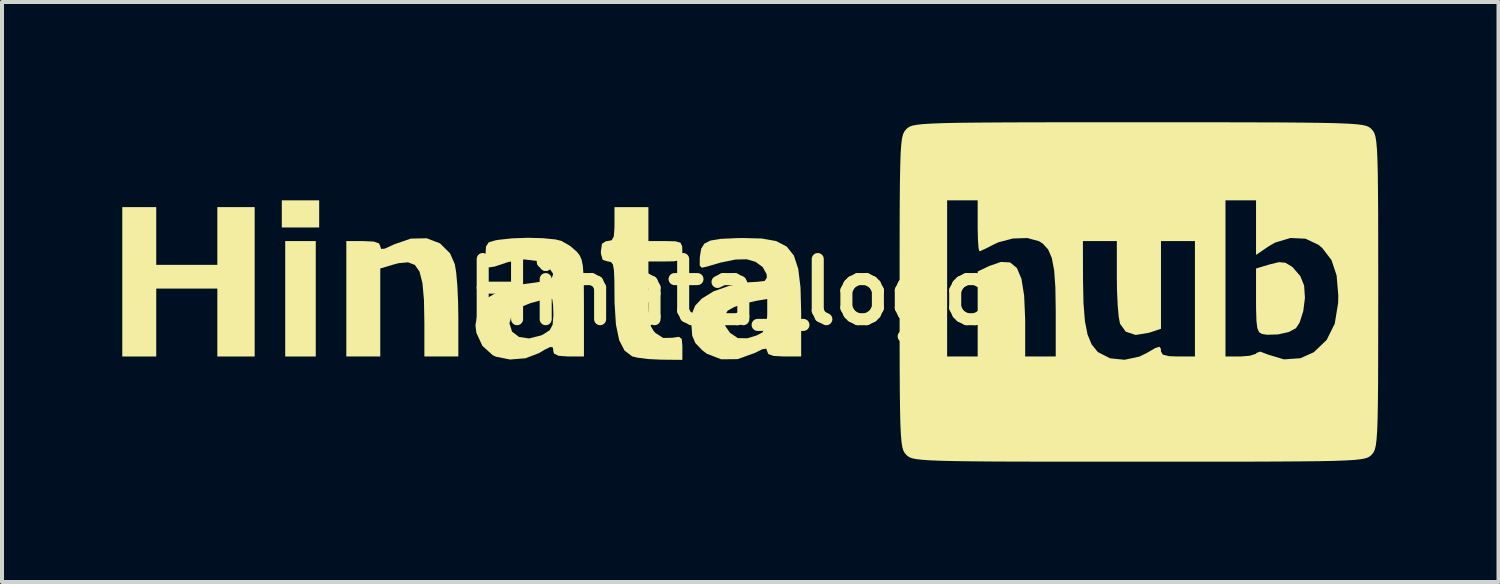
<source format=kicad_pcb>
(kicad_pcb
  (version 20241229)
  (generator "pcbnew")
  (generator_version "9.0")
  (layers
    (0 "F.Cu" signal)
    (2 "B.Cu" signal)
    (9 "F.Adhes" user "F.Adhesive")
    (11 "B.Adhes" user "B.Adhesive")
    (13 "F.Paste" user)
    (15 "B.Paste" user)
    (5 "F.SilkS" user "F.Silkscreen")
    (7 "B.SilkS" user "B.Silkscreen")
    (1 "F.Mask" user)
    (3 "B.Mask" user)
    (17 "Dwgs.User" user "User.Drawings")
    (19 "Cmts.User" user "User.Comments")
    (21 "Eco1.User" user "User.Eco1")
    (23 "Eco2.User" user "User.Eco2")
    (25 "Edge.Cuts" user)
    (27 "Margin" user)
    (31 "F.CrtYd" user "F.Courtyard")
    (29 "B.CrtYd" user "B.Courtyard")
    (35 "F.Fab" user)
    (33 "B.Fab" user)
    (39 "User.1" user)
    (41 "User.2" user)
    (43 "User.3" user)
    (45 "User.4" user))
  (footprint "Hinata_logo"
    (layer "F.Cu")
    (at 15.24 4.233)
    (property "Reference" "Hinata_logo" (at 0 0 0) (layer "F.SilkS") (effects (font (size 1.5 1.5) (thickness 0.3))))
    (attr board_only exclude_from_pos_files exclude_from_bom)
    (fp_poly (pts (xy -10.414 0.169) (xy -10.414 1.609) (xy -10.795 1.609) (xy -11.176 1.609) (xy -11.176 0.169) (xy -11.176 -1.27) (xy -10.795 -1.27) (xy -10.414 -1.27)) (stroke (width 0) (type solid)) (fill yes) (layer "F.SilkS"))
    (fp_poly (pts (xy -10.329 -1.947) (xy -10.329 -1.609) (xy -10.795 -1.609) (xy -11.261 -1.609) (xy -11.261 -1.947) (xy -11.261 -2.286) (xy -10.795 -2.286) (xy -10.329 -2.286)) (stroke (width 0) (type solid)) (fill yes) (layer "F.SilkS"))
    (fp_poly (pts (xy 13.775 -0.728) (xy 13.94 -0.628) (xy 13.95 -0.62) (xy 14.142 -0.398) (xy 14.238 -0.162) (xy 14.259 0.146) (xy 14.217 0.477) (xy 14.126 0.763) (xy 14.034 0.904) (xy 13.855 0.999) (xy 13.588 1.058) (xy 13.313 1.067) (xy 13.187 1.046) (xy 13.117 1.004) (xy 13.072 0.906) (xy 13.049 0.72) (xy 13.04 0.412) (xy 13.039 0.209) (xy 13.039 -0.586) (xy 13.38 -0.688) (xy 13.615 -0.745)) (stroke (width 0) (type solid)) (fill yes) (layer "F.SilkS"))
    (fp_poly (pts (xy -14.393 -1.397) (xy -14.393 -0.677) (xy -13.631 -0.677) (xy -12.869 -0.677) (xy -12.869 -1.397) (xy -12.869 -2.117) (xy -12.404 -2.117) (xy -11.938 -2.117) (xy -11.938 -0.254) (xy -11.938 1.609) (xy -12.404 1.609) (xy -12.869 1.609) (xy -12.869 0.762) (xy -12.869 -0.085) (xy -13.631 -0.085) (xy -14.393 -0.085) (xy -14.393 0.762) (xy -14.393 1.609) (xy -14.817 1.609) (xy -15.24 1.609) (xy -15.24 -0.254) (xy -15.24 -2.117) (xy -14.817 -2.117) (xy -14.393 -2.117)) (stroke (width 0) (type solid)) (fill yes) (layer "F.SilkS"))
    (fp_poly (pts (xy -7.316 -1.214) (xy -7.065 -0.964) (xy -6.946 -0.695) (xy -6.911 -0.483) (xy -6.882 -0.151) (xy -6.864 0.253) (xy -6.858 0.614) (xy -6.858 1.609) (xy -7.281 1.609) (xy -7.705 1.609) (xy -7.705 0.773) (xy -7.715 0.199) (xy -7.753 -0.222) (xy -7.826 -0.509) (xy -7.943 -0.676) (xy -8.113 -0.74) (xy -8.346 -0.719) (xy -8.479 -0.684) (xy -8.805 -0.586) (xy -8.805 0.511) (xy -8.805 1.609) (xy -9.229 1.609) (xy -9.652 1.609) (xy -9.652 0.169) (xy -9.652 -1.27) (xy -9.229 -1.27) (xy -8.963 -1.257) (xy -8.834 -1.21) (xy -8.805 -1.141) (xy -8.782 -1.073) (xy -8.689 -1.082) (xy -8.488 -1.174) (xy -8.47 -1.184) (xy -8.043 -1.332) (xy -7.65 -1.34)) (stroke (width 0) (type solid)) (fill yes) (layer "F.SilkS"))
    (fp_poly (pts (xy -2.117 -1.693) (xy -2.117 -1.27) (xy -1.693 -1.27) (xy -1.443 -1.264) (xy -1.318 -1.23) (xy -1.275 -1.141) (xy -1.27 -1.016) (xy -1.279 -0.866) (xy -1.336 -0.791) (xy -1.484 -0.765) (xy -1.693 -0.762) (xy -2.117 -0.762) (xy -2.117 0.042) (xy -2.112 0.43) (xy -2.094 0.688) (xy -2.055 0.855) (xy -1.988 0.97) (xy -1.942 1.022) (xy -1.748 1.147) (xy -1.518 1.142) (xy -1.354 1.118) (xy -1.285 1.173) (xy -1.27 1.348) (xy -1.27 1.39) (xy -1.27 1.693) (xy -1.799 1.688) (xy -2.114 1.673) (xy -2.386 1.639) (xy -2.523 1.605) (xy -2.711 1.463) (xy -2.845 1.204) (xy -2.927 0.813) (xy -2.961 0.277) (xy -2.963 0.087) (xy -2.966 -0.299) (xy -2.977 -0.546) (xy -3.002 -0.685) (xy -3.049 -0.747) (xy -3.123 -0.762) (xy -3.133 -0.762) (xy -3.257 -0.802) (xy -3.3 -0.95) (xy -3.302 -1.016) (xy -3.275 -1.202) (xy -3.176 -1.267) (xy -3.133 -1.27) (xy -3.031 -1.292) (xy -2.98 -1.387) (xy -2.964 -1.595) (xy -2.963 -1.693) (xy -2.963 -2.117) (xy -2.54 -2.117) (xy -2.117 -2.117)) (stroke (width 0) (type solid)) (fill yes) (layer "F.SilkS"))
    (fp_poly (pts (xy 0.709 -1.334) (xy 1.069 -1.27) (xy 1.332 -1.134) (xy 1.511 -0.909) (xy 1.621 -0.574) (xy 1.677 -0.111) (xy 1.693 0.499) (xy 1.693 0.548) (xy 1.693 1.609) (xy 1.27 1.609) (xy 1.004 1.595) (xy 0.874 1.548) (xy 0.847 1.482) (xy 0.822 1.414) (xy 0.726 1.428) (xy 0.53 1.524) (xy 0.107 1.675) (xy -0.301 1.679) (xy -0.662 1.539) (xy -0.775 1.453) (xy -0.946 1.274) (xy -1.024 1.091) (xy -1.044 0.824) (xy -1.044 0.804) (xy -1.038 0.706) (xy -0.218 0.706) (xy -0.198 0.852) (xy -0.082 1.018) (xy 0.114 1.151) (xy 0.349 1.154) (xy 0.361 1.151) (xy 0.583 1.084) (xy 0.733 1.005) (xy 0.804 0.865) (xy 0.844 0.628) (xy 0.847 0.542) (xy 0.847 0.174) (xy 0.572 0.221) (xy 0.272 0.289) (xy 0.02 0.376) (xy -0.138 0.464) (xy -0.169 0.511) (xy -0.197 0.644) (xy -0.218 0.706) (xy -1.038 0.706) (xy -1.026 0.529) (xy -0.952 0.343) (xy -0.789 0.168) (xy -0.785 0.165) (xy -0.495 -0.015) (xy -0.099 -0.155) (xy 0.342 -0.239) (xy 0.603 -0.254) (xy 0.781 -0.274) (xy 0.837 -0.357) (xy 0.831 -0.444) (xy 0.733 -0.623) (xy 0.554 -0.753) (xy 0.334 -0.816) (xy 0.052 -0.809) (xy -0.325 -0.731) (xy -0.662 -0.632) (xy -0.788 -0.605) (xy -0.837 -0.661) (xy -0.836 -0.836) (xy -0.831 -0.895) (xy -0.8 -1.08) (xy -0.722 -1.206) (xy -0.57 -1.283) (xy -0.315 -1.325) (xy 0.071 -1.343) (xy 0.236 -1.346)) (stroke (width 0) (type solid)) (fill yes) (layer "F.SilkS"))
    (fp_poly (pts (xy -4.748 -1.342) (xy -4.438 -1.311) (xy -4.289 -1.275) (xy -4.074 -1.152) (xy -3.903 -1.005) (xy -3.833 -0.917) (xy -3.784 -0.809) (xy -3.752 -0.651) (xy -3.735 -0.413) (xy -3.727 -0.064) (xy -3.725 0.397) (xy -3.725 1.609) (xy -4.106 1.609) (xy -4.357 1.592) (xy -4.472 1.536) (xy -4.487 1.482) (xy -4.499 1.385) (xy -4.559 1.369) (xy -4.703 1.439) (xy -4.845 1.524) (xy -5.183 1.653) (xy -5.567 1.684) (xy -5.918 1.615) (xy -6.002 1.575) (xy -6.257 1.344) (xy -6.407 1.021) (xy -6.432 0.829) (xy -6.423 0.783) (xy -5.583 0.783) (xy -5.518 0.989) (xy -5.345 1.121) (xy -5.094 1.159) (xy -4.795 1.084) (xy -4.737 1.056) (xy -4.579 0.953) (xy -4.506 0.817) (xy -4.487 0.586) (xy -4.487 0.548) (xy -4.495 0.322) (xy -4.514 0.186) (xy -4.526 0.169) (xy -4.775 0.2) (xy -5.058 0.278) (xy -5.314 0.381) (xy -5.483 0.488) (xy -5.511 0.523) (xy -5.583 0.783) (xy -6.423 0.783) (xy -6.365 0.454) (xy -6.152 0.16) (xy -5.791 -0.054) (xy -5.283 -0.189) (xy -5.048 -0.22) (xy -4.708 -0.271) (xy -4.527 -0.344) (xy -4.492 -0.451) (xy -4.593 -0.6) (xy -4.617 -0.626) (xy -4.873 -0.771) (xy -5.22 -0.813) (xy -5.612 -0.747) (xy -5.675 -0.727) (xy -5.95 -0.635) (xy -6.101 -0.612) (xy -6.166 -0.673) (xy -6.18 -0.83) (xy -6.181 -0.92) (xy -6.168 -1.135) (xy -6.1 -1.239) (xy -5.925 -1.29) (xy -5.863 -1.3) (xy -5.518 -1.338) (xy -5.128 -1.352)) (stroke (width 0) (type solid)) (fill yes) (layer "F.SilkS"))
    (fp_poly (pts (xy 11.232 -4.233) (xy 12.188 -4.233) (xy 13.001 -4.231) (xy 13.681 -4.229) (xy 14.241 -4.224) (xy 14.693 -4.218) (xy 15.051 -4.21) (xy 15.325 -4.199) (xy 15.529 -4.185) (xy 15.675 -4.168) (xy 15.775 -4.147) (xy 15.841 -4.122) (xy 15.887 -4.092) (xy 15.917 -4.064) (xy 15.957 -4.019) (xy 15.99 -3.962) (xy 16.017 -3.876) (xy 16.038 -3.748) (xy 16.055 -3.561) (xy 16.067 -3.301) (xy 16.076 -2.953) (xy 16.081 -2.502) (xy 16.085 -1.933) (xy 16.086 -1.23) (xy 16.087 -0.379) (xy 16.087 0) (xy 16.086 0.914) (xy 16.085 1.673) (xy 16.083 2.293) (xy 16.078 2.789) (xy 16.071 3.175) (xy 16.06 3.468) (xy 16.045 3.682) (xy 16.026 3.831) (xy 16.001 3.932) (xy 15.971 3.999) (xy 15.934 4.047) (xy 15.917 4.064) (xy 15.88 4.097) (xy 15.832 4.126) (xy 15.761 4.151) (xy 15.654 4.171) (xy 15.5 4.188) (xy 15.285 4.201) (xy 14.997 4.212) (xy 14.625 4.22) (xy 14.156 4.225) (xy 13.577 4.229) (xy 12.875 4.232) (xy 12.04 4.233) (xy 11.058 4.233) (xy 10.118 4.233) (xy 9.004 4.233) (xy 8.047 4.233) (xy 7.235 4.231) (xy 6.555 4.229) (xy 5.995 4.224) (xy 5.542 4.218) (xy 5.185 4.21) (xy 4.91 4.199) (xy 4.706 4.185) (xy 4.561 4.168) (xy 4.461 4.147) (xy 4.394 4.122) (xy 4.349 4.092) (xy 4.318 4.064) (xy 4.278 4.019) (xy 4.245 3.962) (xy 4.218 3.876) (xy 4.197 3.748) (xy 4.181 3.561) (xy 4.168 3.301) (xy 4.16 2.953) (xy 4.154 2.502) (xy 4.151 1.933) (xy 4.149 1.23) (xy 4.149 0.379) (xy 4.149 0) (xy 4.149 -0.914) (xy 4.15 -1.673) (xy 4.152 -2.286) (xy 5.334 -2.286) (xy 5.334 -0.339) (xy 5.334 1.609) (xy 5.715 1.609) (xy 6.096 1.609) (xy 6.096 0.549) (xy 6.096 -0.511) (xy 6.383 -0.648) (xy 6.677 -0.75) (xy 6.905 -0.737) (xy 7.073 -0.6) (xy 7.188 -0.327) (xy 7.255 0.09) (xy 7.28 0.662) (xy 7.281 0.783) (xy 7.281 1.609) (xy 7.662 1.609) (xy 8.043 1.609) (xy 8.043 0.461) (xy 8.034 -0.11) (xy 8.004 -0.537) (xy 7.946 -0.846) (xy 7.854 -1.06) (xy 7.722 -1.205) (xy 7.625 -1.267) (xy 7.615 -1.27) (xy 8.721 -1.27) (xy 8.723 -0.318) (xy 8.735 0.277) (xy 8.771 0.729) (xy 8.837 1.063) (xy 8.938 1.306) (xy 9.079 1.482) (xy 9.102 1.503) (xy 9.397 1.654) (xy 9.76 1.691) (xy 10.132 1.611) (xy 10.31 1.524) (xy 10.522 1.4) (xy 10.628 1.365) (xy 10.665 1.414) (xy 10.668 1.482) (xy 10.713 1.562) (xy 10.87 1.601) (xy 11.091 1.609) (xy 11.515 1.609) (xy 11.515 0.169) (xy 11.515 -1.27) (xy 11.091 -1.27) (xy 10.668 -1.27) (xy 10.668 -0.176) (xy 10.668 0.918) (xy 10.373 1.016) (xy 10.036 1.072) (xy 9.789 0.99) (xy 9.647 0.792) (xy 9.614 0.622) (xy 9.588 0.329) (xy 9.571 -0.043) (xy 9.567 -0.344) (xy 9.567 -1.27) (xy 9.144 -1.27) (xy 8.721 -1.27) (xy 7.615 -1.27) (xy 7.334 -1.346) (xy 6.973 -1.334) (xy 6.613 -1.239) (xy 6.497 -1.185) (xy 6.293 -1.081) (xy 6.159 -1.021) (xy 6.139 -1.016) (xy 6.118 -1.094) (xy 6.103 -1.299) (xy 6.096 -1.592) (xy 6.096 -1.651) (xy 6.096 -2.286) (xy 12.277 -2.286) (xy 12.277 -0.339) (xy 12.277 1.609) (xy 12.651 1.609) (xy 12.883 1.59) (xy 13.032 1.544) (xy 13.054 1.519) (xy 13.145 1.487) (xy 13.337 1.561) (xy 13.736 1.681) (xy 14.147 1.652) (xy 14.479 1.503) (xy 14.801 1.196) (xy 15.002 0.791) (xy 15.087 0.272) (xy 15.091 0.09) (xy 15.049 -0.412) (xy 14.922 -0.794) (xy 14.696 -1.091) (xy 14.595 -1.178) (xy 14.274 -1.329) (xy 13.898 -1.347) (xy 13.514 -1.232) (xy 13.355 -1.14) (xy 13.039 -0.925) (xy 13.039 -1.606) (xy 13.039 -2.286) (xy 12.658 -2.286) (xy 12.277 -2.286) (xy 6.096 -2.286) (xy 5.715 -2.286) (xy 5.334 -2.286) (xy 4.152 -2.286) (xy 4.153 -2.293) (xy 4.157 -2.789) (xy 4.165 -3.175) (xy 4.175 -3.468) (xy 4.19 -3.682) (xy 4.209 -3.831) (xy 4.234 -3.932) (xy 4.265 -3.999) (xy 4.302 -4.047) (xy 4.318 -4.064) (xy 4.355 -4.097) (xy 4.403 -4.126) (xy 4.475 -4.151) (xy 4.581 -4.171) (xy 4.736 -4.188) (xy 4.951 -4.201) (xy 5.238 -4.212) (xy 5.61 -4.22) (xy 6.08 -4.225) (xy 6.659 -4.229) (xy 7.36 -4.232) (xy 8.195 -4.233) (xy 9.177 -4.233) (xy 10.118 -4.233)) (stroke (width 0) (type solid)) (fill yes) (layer "F.SilkS")))
  (gr_rect
    (start -3 -3)
    (end 34.327 11.467)
    (stroke (width 0.1) (type default))
    (fill no)
    (layer "Edge.Cuts")))
</source>
